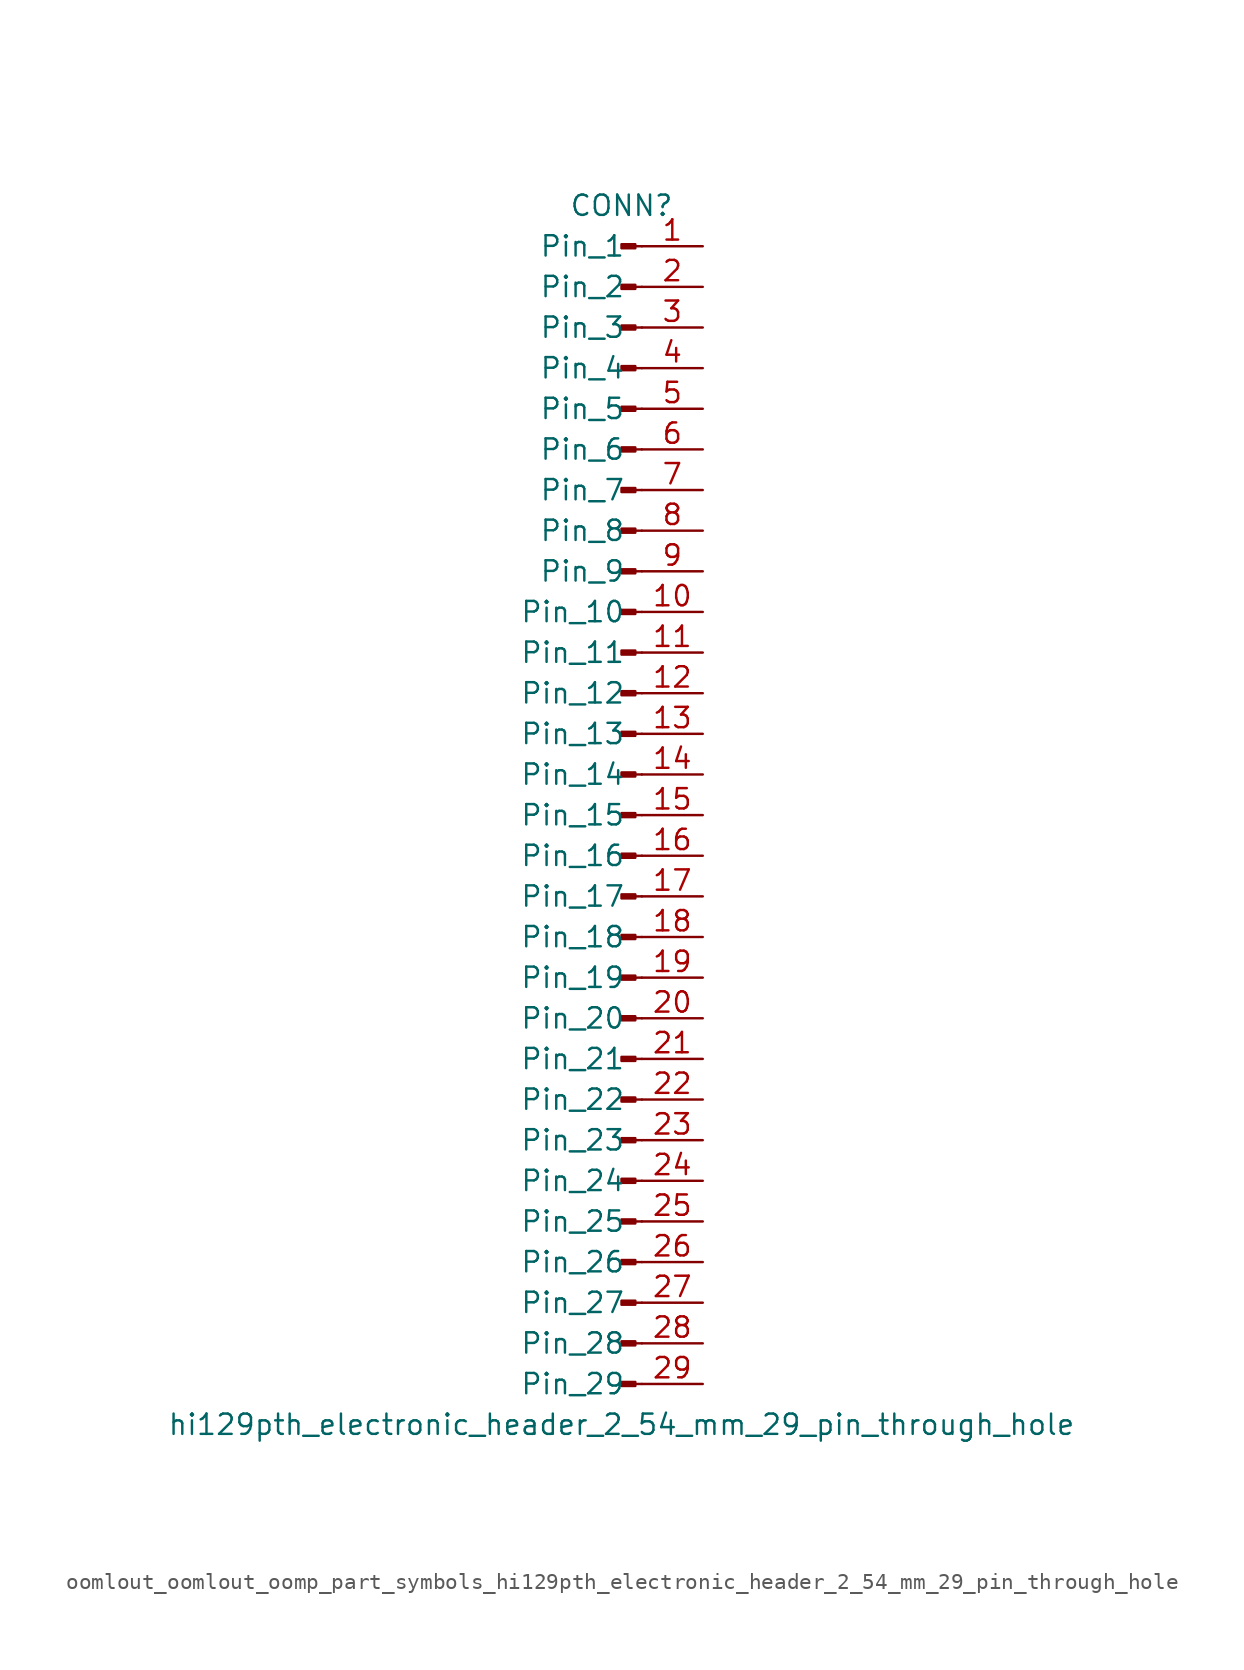
<source format=kicad_sym>
(kicad_symbol_lib
  (version 20220914)
  (generator kicad_symbol_editor)
  (symbol "oomlout_oomlout_oomp_part_symbols_hi129pth_electronic_header_2_54_mm_29_pin_through_hole"
    (pin_names
      (offset 1.016))
    (property "Reference" "CONN"
      (at 0 38.1 0)
      (effects (font (size 1.27 1.27))))
    (property "Value" "hi129pth_electronic_header_2_54_mm_29_pin_through_hole"
      (at 0 -38.1 0)
      (effects (font (size 1.27 1.27))))
    (property "ki_locked" ""
      (at 0 0 0)
      (effects (font (size 1.27 1.27))))
    (symbol "oomlout_oomlout_oomp_part_symbols_hi129pth_electronic_header_2_54_mm_29_pin_through_hole_1_1"
      (polyline (pts (xy 1.27 -35.56) (xy 0.864 -35.56)) (stroke (width 0.152) (type default)) (fill (type none)))
      (polyline (pts (xy 1.27 -33.02) (xy 0.864 -33.02)) (stroke (width 0.152) (type default)) (fill (type none)))
      (polyline (pts (xy 1.27 -30.48) (xy 0.864 -30.48)) (stroke (width 0.152) (type default)) (fill (type none)))
      (polyline (pts (xy 1.27 -27.94) (xy 0.864 -27.94)) (stroke (width 0.152) (type default)) (fill (type none)))
      (polyline (pts (xy 1.27 -25.4) (xy 0.864 -25.4)) (stroke (width 0.152) (type default)) (fill (type none)))
      (polyline (pts (xy 1.27 -22.86) (xy 0.864 -22.86)) (stroke (width 0.152) (type default)) (fill (type none)))
      (polyline (pts (xy 1.27 -20.32) (xy 0.864 -20.32)) (stroke (width 0.152) (type default)) (fill (type none)))
      (polyline (pts (xy 1.27 -17.78) (xy 0.864 -17.78)) (stroke (width 0.152) (type default)) (fill (type none)))
      (polyline (pts (xy 1.27 -15.24) (xy 0.864 -15.24)) (stroke (width 0.152) (type default)) (fill (type none)))
      (polyline (pts (xy 1.27 -12.7) (xy 0.864 -12.7)) (stroke (width 0.152) (type default)) (fill (type none)))
      (polyline (pts (xy 1.27 -10.16) (xy 0.864 -10.16)) (stroke (width 0.152) (type default)) (fill (type none)))
      (polyline (pts (xy 1.27 -7.62) (xy 0.864 -7.62)) (stroke (width 0.152) (type default)) (fill (type none)))
      (polyline (pts (xy 1.27 -5.08) (xy 0.864 -5.08)) (stroke (width 0.152) (type default)) (fill (type none)))
      (polyline (pts (xy 1.27 -2.54) (xy 0.864 -2.54)) (stroke (width 0.152) (type default)) (fill (type none)))
      (polyline (pts (xy 1.27 0) (xy 0.864 0)) (stroke (width 0.152) (type default)) (fill (type none)))
      (polyline (pts (xy 1.27 2.54) (xy 0.864 2.54)) (stroke (width 0.152) (type default)) (fill (type none)))
      (polyline (pts (xy 1.27 5.08) (xy 0.864 5.08)) (stroke (width 0.152) (type default)) (fill (type none)))
      (polyline (pts (xy 1.27 7.62) (xy 0.864 7.62)) (stroke (width 0.152) (type default)) (fill (type none)))
      (polyline (pts (xy 1.27 10.16) (xy 0.864 10.16)) (stroke (width 0.152) (type default)) (fill (type none)))
      (polyline (pts (xy 1.27 12.7) (xy 0.864 12.7)) (stroke (width 0.152) (type default)) (fill (type none)))
      (polyline (pts (xy 1.27 15.24) (xy 0.864 15.24)) (stroke (width 0.152) (type default)) (fill (type none)))
      (polyline (pts (xy 1.27 17.78) (xy 0.864 17.78)) (stroke (width 0.152) (type default)) (fill (type none)))
      (polyline (pts (xy 1.27 20.32) (xy 0.864 20.32)) (stroke (width 0.152) (type default)) (fill (type none)))
      (polyline (pts (xy 1.27 22.86) (xy 0.864 22.86)) (stroke (width 0.152) (type default)) (fill (type none)))
      (polyline (pts (xy 1.27 25.4) (xy 0.864 25.4)) (stroke (width 0.152) (type default)) (fill (type none)))
      (polyline (pts (xy 1.27 27.94) (xy 0.864 27.94)) (stroke (width 0.152) (type default)) (fill (type none)))
      (polyline (pts (xy 1.27 30.48) (xy 0.864 30.48)) (stroke (width 0.152) (type default)) (fill (type none)))
      (polyline (pts (xy 1.27 33.02) (xy 0.864 33.02)) (stroke (width 0.152) (type default)) (fill (type none)))
      (polyline (pts (xy 1.27 35.56) (xy 0.864 35.56)) (stroke (width 0.152) (type default)) (fill (type none)))
      (rectangle (start 0.864 -35.433) (end 0 -35.687) (stroke (width 0.152) (type default)) (fill (type outline)))
      (rectangle (start 0.864 -32.893) (end 0 -33.147) (stroke (width 0.152) (type default)) (fill (type outline)))
      (rectangle (start 0.864 -30.353) (end 0 -30.607) (stroke (width 0.152) (type default)) (fill (type outline)))
      (rectangle (start 0.864 -27.813) (end 0 -28.067) (stroke (width 0.152) (type default)) (fill (type outline)))
      (rectangle (start 0.864 -25.273) (end 0 -25.527) (stroke (width 0.152) (type default)) (fill (type outline)))
      (rectangle (start 0.864 -22.733) (end 0 -22.987) (stroke (width 0.152) (type default)) (fill (type outline)))
      (rectangle (start 0.864 -20.193) (end 0 -20.447) (stroke (width 0.152) (type default)) (fill (type outline)))
      (rectangle (start 0.864 -17.653) (end 0 -17.907) (stroke (width 0.152) (type default)) (fill (type outline)))
      (rectangle (start 0.864 -15.113) (end 0 -15.367) (stroke (width 0.152) (type default)) (fill (type outline)))
      (rectangle (start 0.864 -12.573) (end 0 -12.827) (stroke (width 0.152) (type default)) (fill (type outline)))
      (rectangle (start 0.864 -10.033) (end 0 -10.287) (stroke (width 0.152) (type default)) (fill (type outline)))
      (rectangle (start 0.864 -7.493) (end 0 -7.747) (stroke (width 0.152) (type default)) (fill (type outline)))
      (rectangle (start 0.864 -4.953) (end 0 -5.207) (stroke (width 0.152) (type default)) (fill (type outline)))
      (rectangle (start 0.864 -2.413) (end 0 -2.667) (stroke (width 0.152) (type default)) (fill (type outline)))
      (rectangle (start 0.864 0.127) (end 0 -0.127) (stroke (width 0.152) (type default)) (fill (type outline)))
      (rectangle (start 0.864 2.667) (end 0 2.413) (stroke (width 0.152) (type default)) (fill (type outline)))
      (rectangle (start 0.864 5.207) (end 0 4.953) (stroke (width 0.152) (type default)) (fill (type outline)))
      (rectangle (start 0.864 7.747) (end 0 7.493) (stroke (width 0.152) (type default)) (fill (type outline)))
      (rectangle (start 0.864 10.287) (end 0 10.033) (stroke (width 0.152) (type default)) (fill (type outline)))
      (rectangle (start 0.864 12.827) (end 0 12.573) (stroke (width 0.152) (type default)) (fill (type outline)))
      (rectangle (start 0.864 15.367) (end 0 15.113) (stroke (width 0.152) (type default)) (fill (type outline)))
      (rectangle (start 0.864 17.907) (end 0 17.653) (stroke (width 0.152) (type default)) (fill (type outline)))
      (rectangle (start 0.864 20.447) (end 0 20.193) (stroke (width 0.152) (type default)) (fill (type outline)))
      (rectangle (start 0.864 22.987) (end 0 22.733) (stroke (width 0.152) (type default)) (fill (type outline)))
      (rectangle (start 0.864 25.527) (end 0 25.273) (stroke (width 0.152) (type default)) (fill (type outline)))
      (rectangle (start 0.864 28.067) (end 0 27.813) (stroke (width 0.152) (type default)) (fill (type outline)))
      (rectangle (start 0.864 30.607) (end 0 30.353) (stroke (width 0.152) (type default)) (fill (type outline)))
      (rectangle (start 0.864 33.147) (end 0 32.893) (stroke (width 0.152) (type default)) (fill (type outline)))
      (rectangle (start 0.864 35.687) (end 0 35.433) (stroke (width 0.152) (type default)) (fill (type outline)))
      (pin passive line (at 5.08 35.56 180) (length 3.81) (name "Pin_1" (effects (font (size 1.27 1.27)))) (number "1" (effects (font (size 1.27 1.27)))))
      (pin passive line (at 5.08 12.7 180) (length 3.81) (name "Pin_10" (effects (font (size 1.27 1.27)))) (number "10" (effects (font (size 1.27 1.27)))))
      (pin passive line (at 5.08 10.16 180) (length 3.81) (name "Pin_11" (effects (font (size 1.27 1.27)))) (number "11" (effects (font (size 1.27 1.27)))))
      (pin passive line (at 5.08 7.62 180) (length 3.81) (name "Pin_12" (effects (font (size 1.27 1.27)))) (number "12" (effects (font (size 1.27 1.27)))))
      (pin passive line (at 5.08 5.08 180) (length 3.81) (name "Pin_13" (effects (font (size 1.27 1.27)))) (number "13" (effects (font (size 1.27 1.27)))))
      (pin passive line (at 5.08 2.54 180) (length 3.81) (name "Pin_14" (effects (font (size 1.27 1.27)))) (number "14" (effects (font (size 1.27 1.27)))))
      (pin passive line (at 5.08 0 180) (length 3.81) (name "Pin_15" (effects (font (size 1.27 1.27)))) (number "15" (effects (font (size 1.27 1.27)))))
      (pin passive line (at 5.08 -2.54 180) (length 3.81) (name "Pin_16" (effects (font (size 1.27 1.27)))) (number "16" (effects (font (size 1.27 1.27)))))
      (pin passive line (at 5.08 -5.08 180) (length 3.81) (name "Pin_17" (effects (font (size 1.27 1.27)))) (number "17" (effects (font (size 1.27 1.27)))))
      (pin passive line (at 5.08 -7.62 180) (length 3.81) (name "Pin_18" (effects (font (size 1.27 1.27)))) (number "18" (effects (font (size 1.27 1.27)))))
      (pin passive line (at 5.08 -10.16 180) (length 3.81) (name "Pin_19" (effects (font (size 1.27 1.27)))) (number "19" (effects (font (size 1.27 1.27)))))
      (pin passive line (at 5.08 33.02 180) (length 3.81) (name "Pin_2" (effects (font (size 1.27 1.27)))) (number "2" (effects (font (size 1.27 1.27)))))
      (pin passive line (at 5.08 -12.7 180) (length 3.81) (name "Pin_20" (effects (font (size 1.27 1.27)))) (number "20" (effects (font (size 1.27 1.27)))))
      (pin passive line (at 5.08 -15.24 180) (length 3.81) (name "Pin_21" (effects (font (size 1.27 1.27)))) (number "21" (effects (font (size 1.27 1.27)))))
      (pin passive line (at 5.08 -17.78 180) (length 3.81) (name "Pin_22" (effects (font (size 1.27 1.27)))) (number "22" (effects (font (size 1.27 1.27)))))
      (pin passive line (at 5.08 -20.32 180) (length 3.81) (name "Pin_23" (effects (font (size 1.27 1.27)))) (number "23" (effects (font (size 1.27 1.27)))))
      (pin passive line (at 5.08 -22.86 180) (length 3.81) (name "Pin_24" (effects (font (size 1.27 1.27)))) (number "24" (effects (font (size 1.27 1.27)))))
      (pin passive line (at 5.08 -25.4 180) (length 3.81) (name "Pin_25" (effects (font (size 1.27 1.27)))) (number "25" (effects (font (size 1.27 1.27)))))
      (pin passive line (at 5.08 -27.94 180) (length 3.81) (name "Pin_26" (effects (font (size 1.27 1.27)))) (number "26" (effects (font (size 1.27 1.27)))))
      (pin passive line (at 5.08 -30.48 180) (length 3.81) (name "Pin_27" (effects (font (size 1.27 1.27)))) (number "27" (effects (font (size 1.27 1.27)))))
      (pin passive line (at 5.08 -33.02 180) (length 3.81) (name "Pin_28" (effects (font (size 1.27 1.27)))) (number "28" (effects (font (size 1.27 1.27)))))
      (pin passive line (at 5.08 -35.56 180) (length 3.81) (name "Pin_29" (effects (font (size 1.27 1.27)))) (number "29" (effects (font (size 1.27 1.27)))))
      (pin passive line (at 5.08 30.48 180) (length 3.81) (name "Pin_3" (effects (font (size 1.27 1.27)))) (number "3" (effects (font (size 1.27 1.27)))))
      (pin passive line (at 5.08 27.94 180) (length 3.81) (name "Pin_4" (effects (font (size 1.27 1.27)))) (number "4" (effects (font (size 1.27 1.27)))))
      (pin passive line (at 5.08 25.4 180) (length 3.81) (name "Pin_5" (effects (font (size 1.27 1.27)))) (number "5" (effects (font (size 1.27 1.27)))))
      (pin passive line (at 5.08 22.86 180) (length 3.81) (name "Pin_6" (effects (font (size 1.27 1.27)))) (number "6" (effects (font (size 1.27 1.27)))))
      (pin passive line (at 5.08 20.32 180) (length 3.81) (name "Pin_7" (effects (font (size 1.27 1.27)))) (number "7" (effects (font (size 1.27 1.27)))))
      (pin passive line (at 5.08 17.78 180) (length 3.81) (name "Pin_8" (effects (font (size 1.27 1.27)))) (number "8" (effects (font (size 1.27 1.27)))))
      (pin passive line (at 5.08 15.24 180) (length 3.81) (name "Pin_9" (effects (font (size 1.27 1.27)))) (number "9" (effects (font (size 1.27 1.27))))))))
</source>
